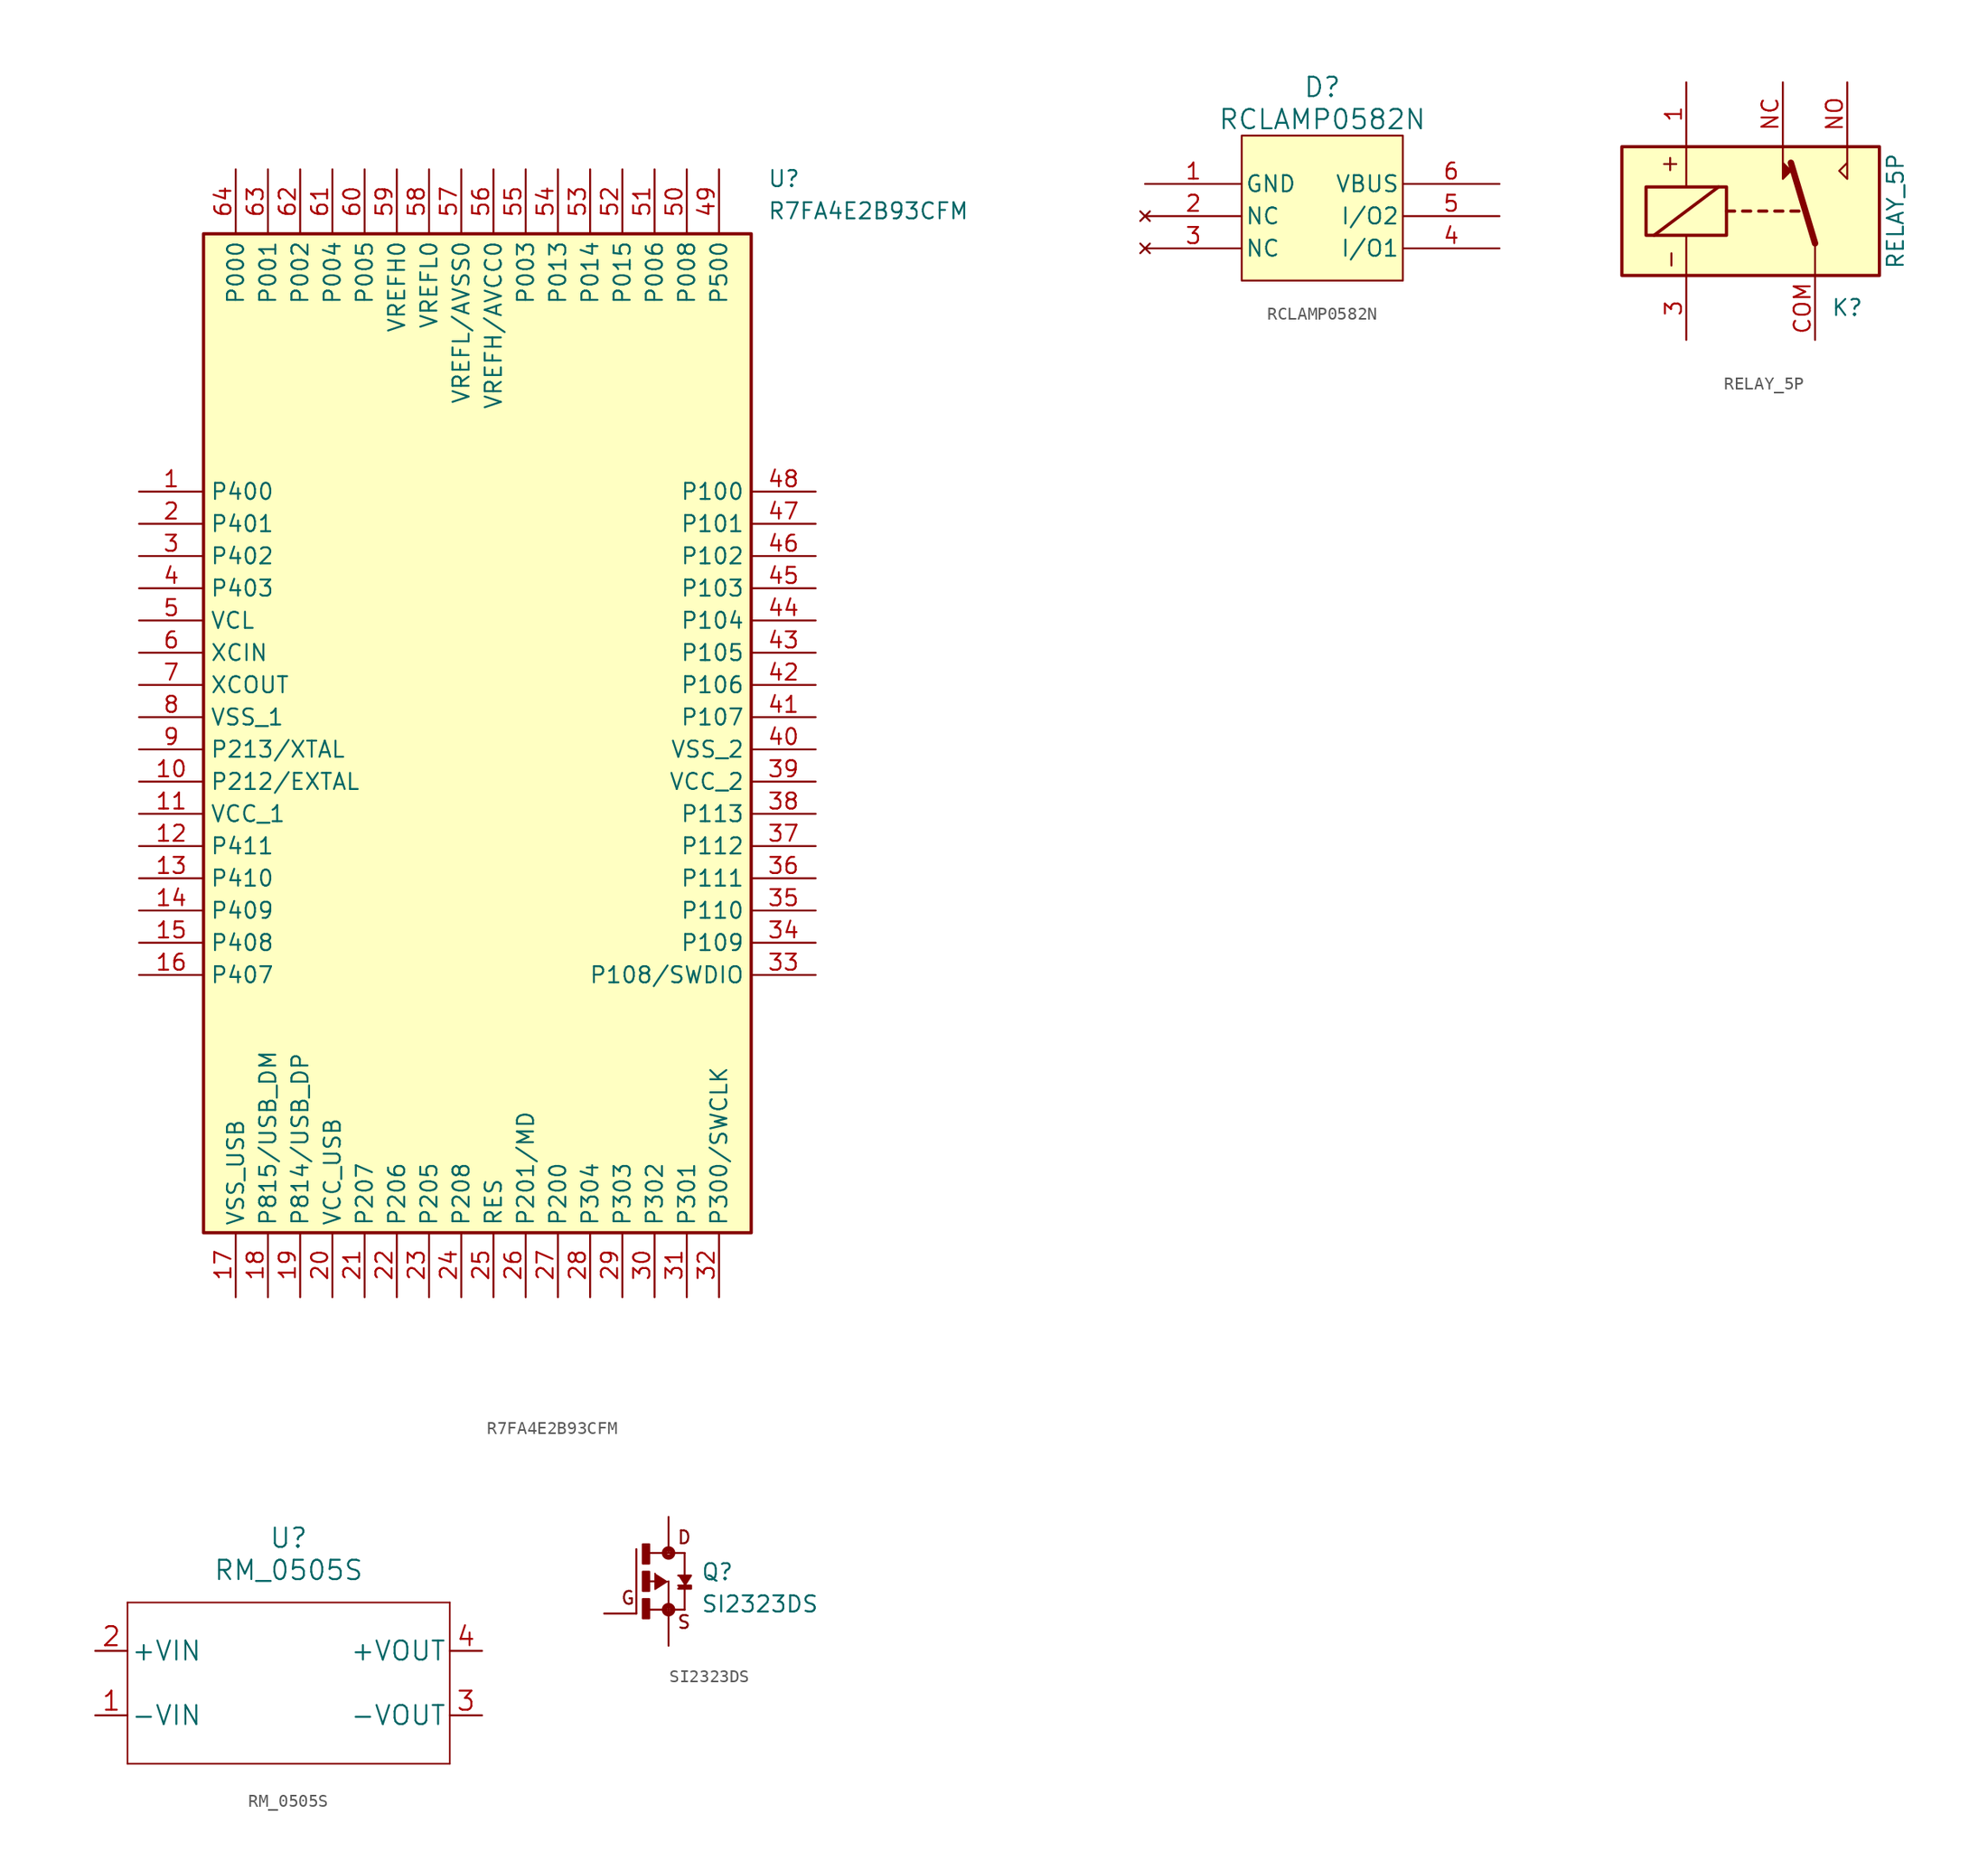
<source format=kicad_sym>
(kicad_symbol_lib
  (version 20220914)
  (generator kicad_symbol_editor)
  (symbol "R7FA4E2B93CFM"
    (property "Reference" "U"
      (at 49.53 25.4 0)
      (effects (font (size 1.27 1.27)) (justify left top)))
    (property "Value" "R7FA4E2B93CFM"
      (at 49.53 22.86 0)
      (effects (font (size 1.27 1.27)) (justify left top)))
    (symbol "R7FA4E2B93CFM_1_1"
      (rectangle (start 5.08 20.32) (end 48.26 -58.42) (stroke (width 0.254) (type default)) (fill (type background)))
      (pin passive line (at 0 0 0) (length 5.08) (name "P400" (effects (font (size 1.27 1.27)))) (number "1" (effects (font (size 1.27 1.27)))))
      (pin passive line (at 0 -22.86 0) (length 5.08) (name "P212/EXTAL" (effects (font (size 1.27 1.27)))) (number "10" (effects (font (size 1.27 1.27)))))
      (pin passive line (at 0 -25.4 0) (length 5.08) (name "VCC_1" (effects (font (size 1.27 1.27)))) (number "11" (effects (font (size 1.27 1.27)))))
      (pin passive line (at 0 -27.94 0) (length 5.08) (name "P411" (effects (font (size 1.27 1.27)))) (number "12" (effects (font (size 1.27 1.27)))))
      (pin passive line (at 0 -30.48 0) (length 5.08) (name "P410" (effects (font (size 1.27 1.27)))) (number "13" (effects (font (size 1.27 1.27)))))
      (pin passive line (at 0 -33.02 0) (length 5.08) (name "P409" (effects (font (size 1.27 1.27)))) (number "14" (effects (font (size 1.27 1.27)))))
      (pin passive line (at 0 -35.56 0) (length 5.08) (name "P408" (effects (font (size 1.27 1.27)))) (number "15" (effects (font (size 1.27 1.27)))))
      (pin passive line (at 0 -38.1 0) (length 5.08) (name "P407" (effects (font (size 1.27 1.27)))) (number "16" (effects (font (size 1.27 1.27)))))
      (pin passive line (at 7.62 -63.5 90) (length 5.08) (name "VSS_USB" (effects (font (size 1.27 1.27)))) (number "17" (effects (font (size 1.27 1.27)))))
      (pin passive line (at 10.16 -63.5 90) (length 5.08) (name "P815/USB_DM" (effects (font (size 1.27 1.27)))) (number "18" (effects (font (size 1.27 1.27)))))
      (pin passive line (at 12.7 -63.5 90) (length 5.08) (name "P814/USB_DP" (effects (font (size 1.27 1.27)))) (number "19" (effects (font (size 1.27 1.27)))))
      (pin passive line (at 0 -2.54 0) (length 5.08) (name "P401" (effects (font (size 1.27 1.27)))) (number "2" (effects (font (size 1.27 1.27)))))
      (pin passive line (at 15.24 -63.5 90) (length 5.08) (name "VCC_USB" (effects (font (size 1.27 1.27)))) (number "20" (effects (font (size 1.27 1.27)))))
      (pin passive line (at 17.78 -63.5 90) (length 5.08) (name "P207" (effects (font (size 1.27 1.27)))) (number "21" (effects (font (size 1.27 1.27)))))
      (pin passive line (at 20.32 -63.5 90) (length 5.08) (name "P206" (effects (font (size 1.27 1.27)))) (number "22" (effects (font (size 1.27 1.27)))))
      (pin passive line (at 22.86 -63.5 90) (length 5.08) (name "P205" (effects (font (size 1.27 1.27)))) (number "23" (effects (font (size 1.27 1.27)))))
      (pin passive line (at 25.4 -63.5 90) (length 5.08) (name "P208" (effects (font (size 1.27 1.27)))) (number "24" (effects (font (size 1.27 1.27)))))
      (pin passive line (at 27.94 -63.5 90) (length 5.08) (name "RES" (effects (font (size 1.27 1.27)))) (number "25" (effects (font (size 1.27 1.27)))))
      (pin passive line (at 30.48 -63.5 90) (length 5.08) (name "P201/MD" (effects (font (size 1.27 1.27)))) (number "26" (effects (font (size 1.27 1.27)))))
      (pin passive line (at 33.02 -63.5 90) (length 5.08) (name "P200" (effects (font (size 1.27 1.27)))) (number "27" (effects (font (size 1.27 1.27)))))
      (pin passive line (at 35.56 -63.5 90) (length 5.08) (name "P304" (effects (font (size 1.27 1.27)))) (number "28" (effects (font (size 1.27 1.27)))))
      (pin passive line (at 38.1 -63.5 90) (length 5.08) (name "P303" (effects (font (size 1.27 1.27)))) (number "29" (effects (font (size 1.27 1.27)))))
      (pin passive line (at 0 -5.08 0) (length 5.08) (name "P402" (effects (font (size 1.27 1.27)))) (number "3" (effects (font (size 1.27 1.27)))))
      (pin passive line (at 40.64 -63.5 90) (length 5.08) (name "P302" (effects (font (size 1.27 1.27)))) (number "30" (effects (font (size 1.27 1.27)))))
      (pin passive line (at 43.18 -63.5 90) (length 5.08) (name "P301" (effects (font (size 1.27 1.27)))) (number "31" (effects (font (size 1.27 1.27)))))
      (pin passive line (at 45.72 -63.5 90) (length 5.08) (name "P300/SWCLK" (effects (font (size 1.27 1.27)))) (number "32" (effects (font (size 1.27 1.27)))))
      (pin passive line (at 53.34 -38.1 180) (length 5.08) (name "P108/SWDIO" (effects (font (size 1.27 1.27)))) (number "33" (effects (font (size 1.27 1.27)))))
      (pin passive line (at 53.34 -35.56 180) (length 5.08) (name "P109" (effects (font (size 1.27 1.27)))) (number "34" (effects (font (size 1.27 1.27)))))
      (pin passive line (at 53.34 -33.02 180) (length 5.08) (name "P110" (effects (font (size 1.27 1.27)))) (number "35" (effects (font (size 1.27 1.27)))))
      (pin passive line (at 53.34 -30.48 180) (length 5.08) (name "P111" (effects (font (size 1.27 1.27)))) (number "36" (effects (font (size 1.27 1.27)))))
      (pin passive line (at 53.34 -27.94 180) (length 5.08) (name "P112" (effects (font (size 1.27 1.27)))) (number "37" (effects (font (size 1.27 1.27)))))
      (pin passive line (at 53.34 -25.4 180) (length 5.08) (name "P113" (effects (font (size 1.27 1.27)))) (number "38" (effects (font (size 1.27 1.27)))))
      (pin passive line (at 53.34 -22.86 180) (length 5.08) (name "VCC_2" (effects (font (size 1.27 1.27)))) (number "39" (effects (font (size 1.27 1.27)))))
      (pin passive line (at 0 -7.62 0) (length 5.08) (name "P403" (effects (font (size 1.27 1.27)))) (number "4" (effects (font (size 1.27 1.27)))))
      (pin passive line (at 53.34 -20.32 180) (length 5.08) (name "VSS_2" (effects (font (size 1.27 1.27)))) (number "40" (effects (font (size 1.27 1.27)))))
      (pin passive line (at 53.34 -17.78 180) (length 5.08) (name "P107" (effects (font (size 1.27 1.27)))) (number "41" (effects (font (size 1.27 1.27)))))
      (pin passive line (at 53.34 -15.24 180) (length 5.08) (name "P106" (effects (font (size 1.27 1.27)))) (number "42" (effects (font (size 1.27 1.27)))))
      (pin passive line (at 53.34 -12.7 180) (length 5.08) (name "P105" (effects (font (size 1.27 1.27)))) (number "43" (effects (font (size 1.27 1.27)))))
      (pin passive line (at 53.34 -10.16 180) (length 5.08) (name "P104" (effects (font (size 1.27 1.27)))) (number "44" (effects (font (size 1.27 1.27)))))
      (pin passive line (at 53.34 -7.62 180) (length 5.08) (name "P103" (effects (font (size 1.27 1.27)))) (number "45" (effects (font (size 1.27 1.27)))))
      (pin passive line (at 53.34 -5.08 180) (length 5.08) (name "P102" (effects (font (size 1.27 1.27)))) (number "46" (effects (font (size 1.27 1.27)))))
      (pin passive line (at 53.34 -2.54 180) (length 5.08) (name "P101" (effects (font (size 1.27 1.27)))) (number "47" (effects (font (size 1.27 1.27)))))
      (pin passive line (at 53.34 0 180) (length 5.08) (name "P100" (effects (font (size 1.27 1.27)))) (number "48" (effects (font (size 1.27 1.27)))))
      (pin passive line (at 45.72 25.4 270) (length 5.08) (name "P500" (effects (font (size 1.27 1.27)))) (number "49" (effects (font (size 1.27 1.27)))))
      (pin passive line (at 0 -10.16 0) (length 5.08) (name "VCL" (effects (font (size 1.27 1.27)))) (number "5" (effects (font (size 1.27 1.27)))))
      (pin passive line (at 43.18 25.4 270) (length 5.08) (name "P008" (effects (font (size 1.27 1.27)))) (number "50" (effects (font (size 1.27 1.27)))))
      (pin passive line (at 40.64 25.4 270) (length 5.08) (name "P006" (effects (font (size 1.27 1.27)))) (number "51" (effects (font (size 1.27 1.27)))))
      (pin passive line (at 38.1 25.4 270) (length 5.08) (name "P015" (effects (font (size 1.27 1.27)))) (number "52" (effects (font (size 1.27 1.27)))))
      (pin passive line (at 35.56 25.4 270) (length 5.08) (name "P014" (effects (font (size 1.27 1.27)))) (number "53" (effects (font (size 1.27 1.27)))))
      (pin passive line (at 33.02 25.4 270) (length 5.08) (name "P013" (effects (font (size 1.27 1.27)))) (number "54" (effects (font (size 1.27 1.27)))))
      (pin passive line (at 30.48 25.4 270) (length 5.08) (name "P003" (effects (font (size 1.27 1.27)))) (number "55" (effects (font (size 1.27 1.27)))))
      (pin passive line (at 27.94 25.4 270) (length 5.08) (name "VREFH/AVCC0" (effects (font (size 1.27 1.27)))) (number "56" (effects (font (size 1.27 1.27)))))
      (pin passive line (at 25.4 25.4 270) (length 5.08) (name "VREFL/AVSS0" (effects (font (size 1.27 1.27)))) (number "57" (effects (font (size 1.27 1.27)))))
      (pin passive line (at 22.86 25.4 270) (length 5.08) (name "VREFL0" (effects (font (size 1.27 1.27)))) (number "58" (effects (font (size 1.27 1.27)))))
      (pin passive line (at 20.32 25.4 270) (length 5.08) (name "VREFH0" (effects (font (size 1.27 1.27)))) (number "59" (effects (font (size 1.27 1.27)))))
      (pin passive line (at 0 -12.7 0) (length 5.08) (name "XCIN" (effects (font (size 1.27 1.27)))) (number "6" (effects (font (size 1.27 1.27)))))
      (pin passive line (at 17.78 25.4 270) (length 5.08) (name "P005" (effects (font (size 1.27 1.27)))) (number "60" (effects (font (size 1.27 1.27)))))
      (pin passive line (at 15.24 25.4 270) (length 5.08) (name "P004" (effects (font (size 1.27 1.27)))) (number "61" (effects (font (size 1.27 1.27)))))
      (pin passive line (at 12.7 25.4 270) (length 5.08) (name "P002" (effects (font (size 1.27 1.27)))) (number "62" (effects (font (size 1.27 1.27)))))
      (pin passive line (at 10.16 25.4 270) (length 5.08) (name "P001" (effects (font (size 1.27 1.27)))) (number "63" (effects (font (size 1.27 1.27)))))
      (pin passive line (at 7.62 25.4 270) (length 5.08) (name "P000" (effects (font (size 1.27 1.27)))) (number "64" (effects (font (size 1.27 1.27)))))
      (pin passive line (at 0 -15.24 0) (length 5.08) (name "XCOUT" (effects (font (size 1.27 1.27)))) (number "7" (effects (font (size 1.27 1.27)))))
      (pin passive line (at 0 -17.78 0) (length 5.08) (name "VSS_1" (effects (font (size 1.27 1.27)))) (number "8" (effects (font (size 1.27 1.27)))))
      (pin passive line (at 0 -20.32 0) (length 5.08) (name "P213/XTAL" (effects (font (size 1.27 1.27)))) (number "9" (effects (font (size 1.27 1.27)))))))
  (symbol "RCLAMP0582N"
    (pin_names
      (offset 0.254))
    (property "Reference" "D"
      (at 13.97 7.62 0)
      (effects (font (size 1.524 1.524))))
    (property "Value" "RCLAMP0582N"
      (at 13.97 5.08 0)
      (effects (font (size 1.524 1.524))))
    (symbol "RCLAMP0582N_0_1"
      (rectangle (start 7.62 3.81) (end 20.32 -7.62) (stroke (width 0) (type default)) (fill (type background)))
      (pin power_out line (at 0 0 0) (length 7.62) (name "GND" (effects (font (size 1.27 1.27)))) (number "1" (effects (font (size 1.27 1.27)))))
      (pin no_connect line (at 0 -2.54 0) (length 7.62) (name "NC" (effects (font (size 1.27 1.27)))) (number "2" (effects (font (size 1.27 1.27)))))
      (pin no_connect line (at 0 -5.08 0) (length 7.62) (name "NC" (effects (font (size 1.27 1.27)))) (number "3" (effects (font (size 1.27 1.27)))))
      (pin bidirectional line (at 27.94 -5.08 180) (length 7.62) (name "I/O1" (effects (font (size 1.27 1.27)))) (number "4" (effects (font (size 1.27 1.27)))))
      (pin bidirectional line (at 27.94 -2.54 180) (length 7.62) (name "I/O2" (effects (font (size 1.27 1.27)))) (number "5" (effects (font (size 1.27 1.27)))))
      (pin unspecified line (at 27.94 0 180) (length 7.62) (name "VBUS" (effects (font (size 1.27 1.27)))) (number "6" (effects (font (size 1.27 1.27)))))))
  (symbol "RELAY_5P"
    (pin_names
      (offset 1.016))
    (property "Reference" "K"
      (at 8.89 -7.62 0)
      (effects (font (size 1.27 1.27))))
    (property "Value" "RELAY_5P"
      (at 12.7 0 90)
      (effects (font (size 1.27 1.27))))
    (symbol "RELAY_5P_0_0"
      (text "+" (at -5.08 3.81 0) (effects (font (size 1.27 1.27))))
      (text "-" (at -5.08 -3.81 900) (effects (font (size 1.27 1.27)))))
    (symbol "RELAY_5P_1_1"
      (rectangle (start -8.89 5.08) (end 11.43 -5.08) (stroke (width 0.254) (type solid)) (fill (type background)))
      (rectangle (start -6.985 1.905) (end -0.635 -1.905) (stroke (width 0.254) (type solid)) (fill (type none)))
      (polyline (pts (xy -6.35 -1.905) (xy -1.27 1.905)) (stroke (width 0.254) (type solid)) (fill (type none)))
      (polyline (pts (xy -3.81 -5.08) (xy -3.81 -1.905)) (stroke (width 0) (type solid)) (fill (type none)))
      (polyline (pts (xy -3.81 5.08) (xy -3.81 1.905)) (stroke (width 0) (type solid)) (fill (type none)))
      (polyline (pts (xy -0.635 0) (xy 0 0)) (stroke (width 0.254) (type solid)) (fill (type none)))
      (polyline (pts (xy 0.635 0) (xy 1.27 0)) (stroke (width 0.254) (type solid)) (fill (type none)))
      (polyline (pts (xy 1.905 0) (xy 2.54 0)) (stroke (width 0.254) (type solid)) (fill (type none)))
      (polyline (pts (xy 3.175 0) (xy 3.81 0)) (stroke (width 0.254) (type solid)) (fill (type none)))
      (polyline (pts (xy 4.445 0) (xy 5.08 0)) (stroke (width 0.254) (type solid)) (fill (type none)))
      (polyline (pts (xy 6.35 -2.54) (xy 4.445 3.81)) (stroke (width 0.508) (type solid)) (fill (type none)))
      (polyline (pts (xy 6.35 -2.54) (xy 6.35 -5.08)) (stroke (width 0) (type solid)) (fill (type none)))
      (polyline (pts (xy 3.81 5.08) (xy 3.81 2.54) (xy 4.445 3.175) (xy 3.81 3.81)) (stroke (width 0) (type solid)) (fill (type outline)))
      (polyline (pts (xy 8.89 5.08) (xy 8.89 2.54) (xy 8.255 3.175) (xy 8.89 3.81)) (stroke (width 0) (type solid)) (fill (type none)))
      (pin passive line (at -3.81 10.16 270) (length 5.004) (name "~" (effects (font (size 1.27 1.27)))) (number "1" (effects (font (size 1.27 1.27)))))
      (pin passive line (at -3.81 -10.16 90) (length 5.004) (name "~" (effects (font (size 1.27 1.27)))) (number "3" (effects (font (size 1.27 1.27)))))
      (pin passive line (at 6.35 -10.16 90) (length 5.004) (name "~" (effects (font (size 1.27 1.27)))) (number "COM" (effects (font (size 1.27 1.27)))))
      (pin passive line (at 3.81 10.16 270) (length 5.004) (name "~" (effects (font (size 1.27 1.27)))) (number "NC" (effects (font (size 1.27 1.27)))))
      (pin passive line (at 8.89 10.16 270) (length 5.004) (name "~" (effects (font (size 1.27 1.27)))) (number "NO" (effects (font (size 1.27 1.27)))))))
  (symbol "RM_0505S"
    (pin_names
      (offset 0.254))
    (property "Reference" "U"
      (at 20.32 10.16 0)
      (effects (font (size 1.524 1.524))))
    (property "Value" "RM_0505S"
      (at 20.32 7.62 0)
      (effects (font (size 1.524 1.524))))
    (symbol "RM_0505S_1_1"
      (polyline (pts (xy 7.62 -7.62) (xy 33.02 -7.62)) (stroke (width 0.127) (type solid)) (fill (type none)))
      (polyline (pts (xy 7.62 5.08) (xy 7.62 -7.62)) (stroke (width 0.127) (type solid)) (fill (type none)))
      (polyline (pts (xy 33.02 -7.62) (xy 33.02 5.08)) (stroke (width 0.127) (type solid)) (fill (type none)))
      (polyline (pts (xy 33.02 5.08) (xy 7.62 5.08)) (stroke (width 0.127) (type solid)) (fill (type none)))
      (pin input line (at 5.08 -3.81 0) (length 2.54) (name "-VIN" (effects (font (size 1.499 1.499)))) (number "1" (effects (font (size 1.499 1.499)))))
      (pin input line (at 5.08 1.27 0) (length 2.54) (name "+VIN" (effects (font (size 1.499 1.499)))) (number "2" (effects (font (size 1.499 1.499)))))
      (pin output line (at 35.56 -3.81 180) (length 2.54) (name "-VOUT" (effects (font (size 1.499 1.499)))) (number "3" (effects (font (size 1.499 1.499)))))
      (pin output line (at 35.56 1.27 180) (length 2.54) (name "+VOUT" (effects (font (size 1.499 1.499)))) (number "4" (effects (font (size 1.499 1.499)))))))
  (symbol "SI2323DS"
    (pin_numbers hide)
    (pin_names
      (offset 1.016) hide)
    (property "Reference" "Q"
      (at 2.54 0 0)
      (effects (font (size 1.27 1.27)) (justify left bottom)))
    (property "Value" "SI2323DS"
      (at 2.54 -2.54 0)
      (effects (font (size 1.27 1.27)) (justify left bottom)))
    (property "ki_locked" ""
      (at 0 0 0)
      (effects (font (size 1.27 1.27))))
    (symbol "SI2323DS_0_0"
      (rectangle (start -2.032 -2.921) (end -1.524 -1.397) (stroke (width 0) (type solid)) (fill (type outline)))
      (rectangle (start -2.032 -0.762) (end -1.524 0.762) (stroke (width 0) (type solid)) (fill (type outline)))
      (rectangle (start -2.032 1.397) (end -1.524 2.921) (stroke (width 0) (type solid)) (fill (type outline)))
      (circle (center 0 -2.235) (radius 0.127) (stroke (width 0.406) (type solid)) (fill (type none)))
      (polyline (pts (xy -2.54 -2.54) (xy -2.54 2.54)) (stroke (width 0.152) (type solid)) (fill (type none)))
      (polyline (pts (xy -1.905 -2.235) (xy 0 -2.235)) (stroke (width 0.152) (type solid)) (fill (type none)))
      (polyline (pts (xy -1.6 2.235) (xy 0 2.235)) (stroke (width 0.152) (type solid)) (fill (type none)))
      (polyline (pts (xy -1.067 0) (xy -1.905 0)) (stroke (width 0.152) (type solid)) (fill (type none)))
      (polyline (pts (xy 0 -2.235) (xy 0 -2.54)) (stroke (width 0.152) (type solid)) (fill (type none)))
      (polyline (pts (xy 0 0) (xy 0 -2.235)) (stroke (width 0.152) (type solid)) (fill (type none)))
      (polyline (pts (xy 0 2.235) (xy 1.27 2.235)) (stroke (width 0.152) (type solid)) (fill (type none)))
      (polyline (pts (xy 0 2.54) (xy 0 2.235)) (stroke (width 0.152) (type solid)) (fill (type none)))
      (polyline (pts (xy 1.27 -2.235) (xy 0 -2.235)) (stroke (width 0.152) (type solid)) (fill (type none)))
      (polyline (pts (xy 1.27 2.235) (xy 1.27 -2.235)) (stroke (width 0.152) (type solid)) (fill (type none)))
      (polyline (pts (xy -0.076 0) (xy -1.067 -0.635) (xy -1.067 0.635)) (stroke (width 0.102) (type solid)) (fill (type outline)))
      (polyline (pts (xy 1.27 -0.33) (xy 1.778 0.457) (xy 0.762 0.457)) (stroke (width 0.152) (type solid)) (fill (type outline)))
      (polyline (pts (xy 0.762 -0.33) (xy 1.778 -0.33) (xy 1.778 -0.584) (xy 0.762 -0.584)) (stroke (width 0) (type solid)) (fill (type outline)))
      (circle (center 0 2.235) (radius 0.127) (stroke (width 0.406) (type solid)) (fill (type none)))
      (text "D" (at 0.635 2.87 0) (effects (font (size 1.016 1.016)) (justify left bottom)))
      (text "G" (at -3.81 -1.905 0) (effects (font (size 1.016 1.016)) (justify left bottom)))
      (text "S" (at 0.635 -3.81 0) (effects (font (size 1.016 1.016)) (justify left bottom)))
      (pin passive line (at -5.08 -2.54 0) (length 2.54) (name "~" (effects (font (size 1.016 1.016)))) (number "1" (effects (font (size 1.016 1.016)))))
      (pin passive line (at 0 -5.08 90) (length 2.54) (name "~" (effects (font (size 1.016 1.016)))) (number "2" (effects (font (size 1.016 1.016)))))
      (pin passive line (at 0 5.08 270) (length 2.54) (name "~" (effects (font (size 1.016 1.016)))) (number "3" (effects (font (size 1.016 1.016))))))))
</source>
